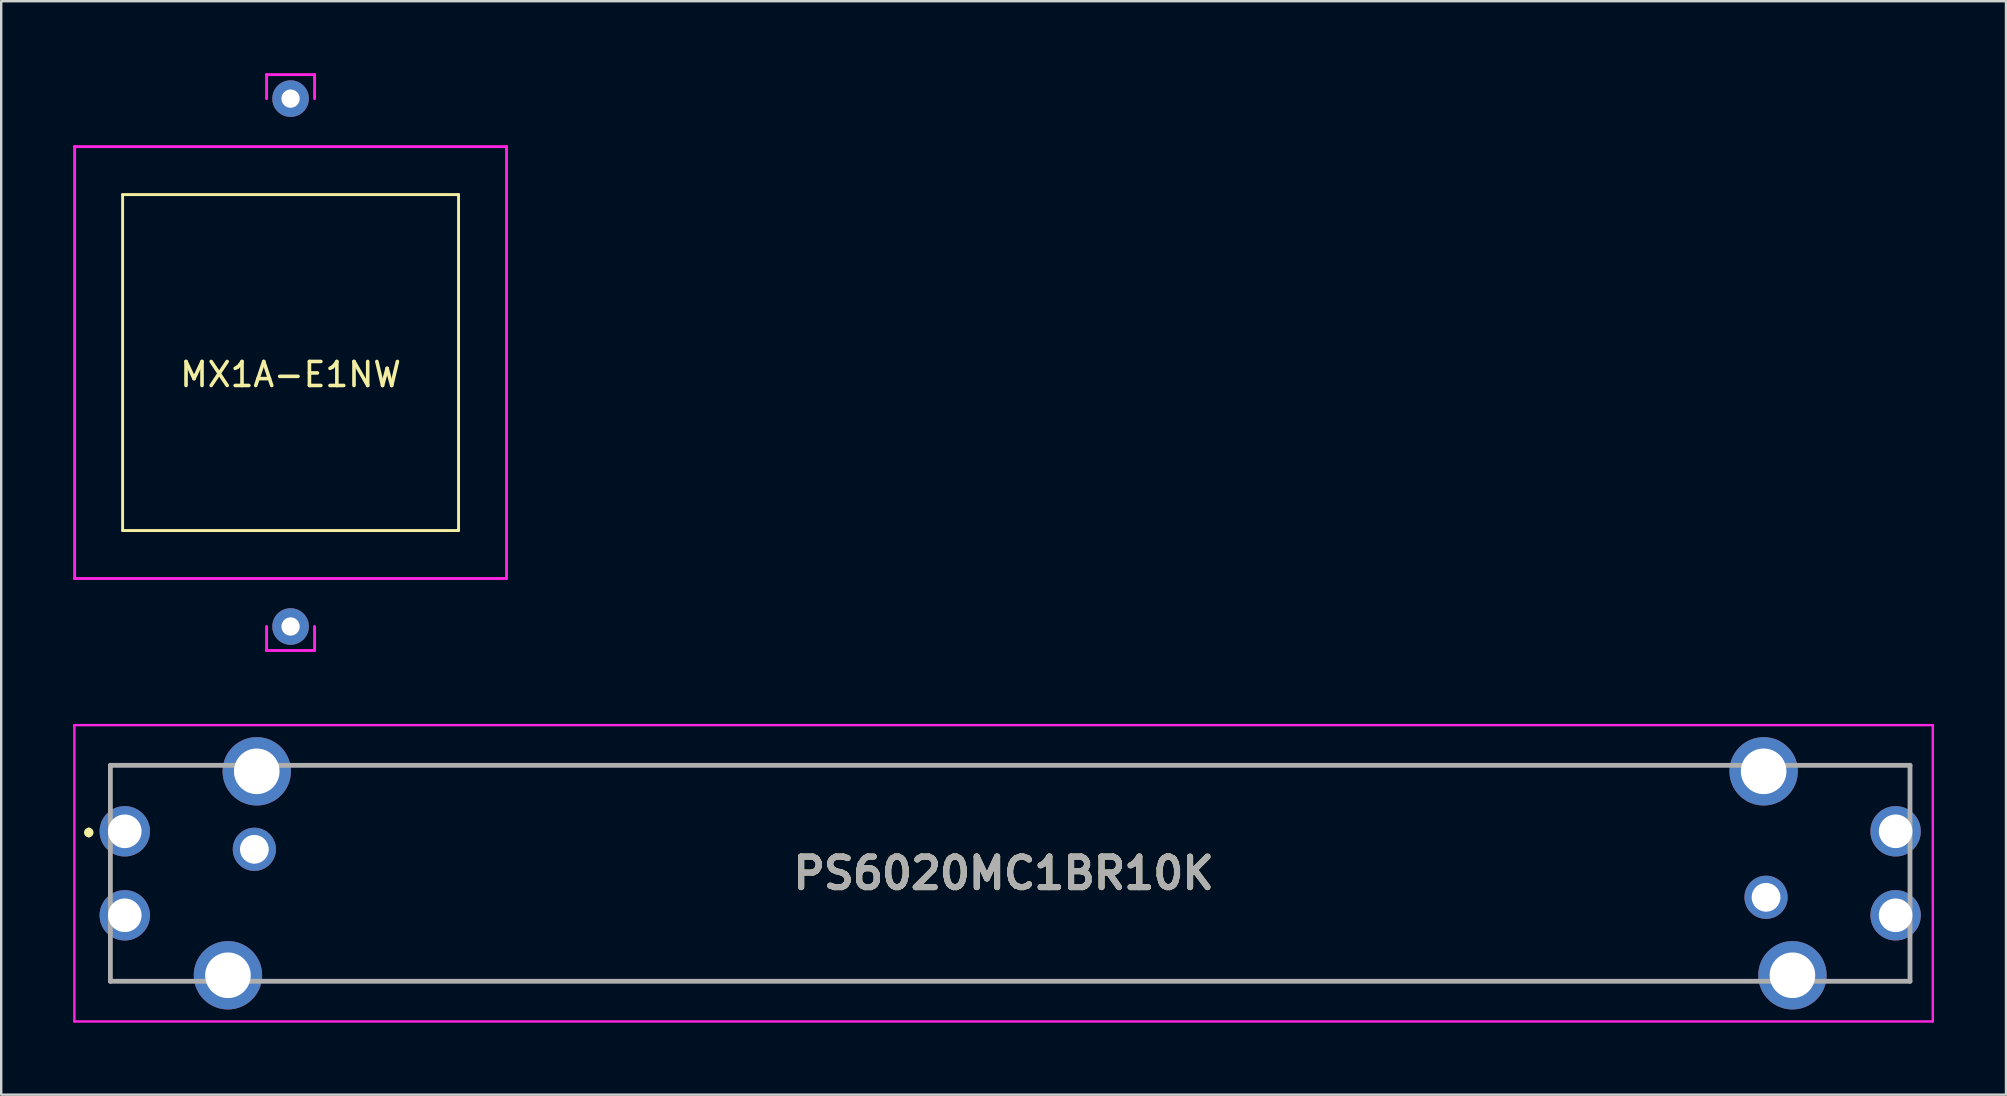
<source format=kicad_pcb>
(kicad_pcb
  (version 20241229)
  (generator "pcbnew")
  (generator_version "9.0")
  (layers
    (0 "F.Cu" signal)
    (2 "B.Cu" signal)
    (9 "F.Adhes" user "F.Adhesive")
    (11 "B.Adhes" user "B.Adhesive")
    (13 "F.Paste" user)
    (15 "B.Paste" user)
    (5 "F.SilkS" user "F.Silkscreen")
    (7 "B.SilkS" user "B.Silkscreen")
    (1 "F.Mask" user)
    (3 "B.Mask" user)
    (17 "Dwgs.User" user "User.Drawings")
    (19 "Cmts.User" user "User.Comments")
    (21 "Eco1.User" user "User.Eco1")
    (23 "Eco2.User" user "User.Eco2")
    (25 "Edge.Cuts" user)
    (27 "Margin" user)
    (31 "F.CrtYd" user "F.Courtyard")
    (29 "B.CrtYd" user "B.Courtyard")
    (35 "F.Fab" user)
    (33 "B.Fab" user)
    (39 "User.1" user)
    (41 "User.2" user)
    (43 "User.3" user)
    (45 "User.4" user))
  (footprint "PS6020MC1BR10K"
    (layer "F.Cu")
    (at 2.15 31.595)
    (property "Reference" "PS6020MC1BR10K" (at 36.625 1.75 180) (layer "F.SilkS") (effects (font (size 1.27 1.27) (thickness 0.254))))
    (attr through_hole)
    (fp_line (start -1.5 -0.05) (end -1.5 -0.05) (stroke (width 0.2) (type solid)) (layer "F.SilkS"))
    (fp_line (start -1.5 0.15) (end -1.5 0.15) (stroke (width 0.2) (type solid)) (layer "F.SilkS"))
    (fp_line (start -0.6 -2.75) (end -0.6 -1.75) (stroke (width 0.1) (type solid)) (layer "F.SilkS"))
    (fp_line (start -0.6 1.55) (end -0.6 1.95) (stroke (width 0.1) (type solid)) (layer "F.SilkS"))
    (fp_line (start -0.6 6.25) (end -0.6 5.25) (stroke (width 0.1) (type solid)) (layer "F.SilkS"))
    (fp_line (start 1.9 6.25) (end -0.6 6.25) (stroke (width 0.1) (type solid)) (layer "F.SilkS"))
    (fp_line (start 3.4 -2.75) (end -0.6 -2.75) (stroke (width 0.1) (type solid)) (layer "F.SilkS"))
    (fp_line (start 6.9 6.25) (end 66.9 6.25) (stroke (width 0.1) (type solid)) (layer "F.SilkS"))
    (fp_line (start 7.9 -2.75) (end 65.9 -2.75) (stroke (width 0.1) (type solid)) (layer "F.SilkS"))
    (fp_line (start 70.4 -2.75) (end 74.4 -2.75) (stroke (width 0.1) (type solid)) (layer "F.SilkS"))
    (fp_line (start 71.9 6.25) (end 74.4 6.25) (stroke (width 0.1) (type solid)) (layer "F.SilkS"))
    (fp_line (start 74.4 -2.75) (end 74.4 -1.75) (stroke (width 0.1) (type solid)) (layer "F.SilkS"))
    (fp_line (start 74.4 1.55) (end 74.4 1.95) (stroke (width 0.1) (type solid)) (layer "F.SilkS"))
    (fp_line (start 74.4 6.25) (end 74.4 5.25) (stroke (width 0.1) (type solid)) (layer "F.SilkS"))
    (fp_arc (start -1.5 -0.05) (mid -1.4 0.05) (end -1.5 0.15) (stroke (width 0.2) (type solid)) (layer "F.SilkS"))
    (fp_arc (start -1.5 0.15) (mid -1.6 0.05) (end -1.5 -0.05) (stroke (width 0.2) (type solid)) (layer "F.SilkS"))
    (fp_line (start -2.1 -4.425) (end 75.35 -4.425) (stroke (width 0.1) (type solid)) (layer "F.CrtYd"))
    (fp_line (start -2.1 7.925) (end -2.1 -4.425) (stroke (width 0.1) (type solid)) (layer "F.CrtYd"))
    (fp_line (start 75.35 -4.425) (end 75.35 7.925) (stroke (width 0.1) (type solid)) (layer "F.CrtYd"))
    (fp_line (start 75.35 7.925) (end -2.1 7.925) (stroke (width 0.1) (type solid)) (layer "F.CrtYd"))
    (fp_line (start -0.6 -2.75) (end 74.4 -2.75) (stroke (width 0.2) (type solid)) (layer "F.Fab"))
    (fp_line (start -0.6 6.25) (end -0.6 -2.75) (stroke (width 0.2) (type solid)) (layer "F.Fab"))
    (fp_line (start 74.4 -2.75) (end 74.4 6.25) (stroke (width 0.2) (type solid)) (layer "F.Fab"))
    (fp_line (start 74.4 6.25) (end -0.6 6.25) (stroke (width 0.2) (type solid)) (layer "F.Fab"))
    (fp_text user "${REFERENCE}" (at 36.625 1.75 180) (layer "F.Fab") (effects (font (size 1.27 1.27) (thickness 0.254))))
    (pad "A1" thru_hole circle (at 0 0) (size 2.1 2.1) (drill 1.4) (layers "*.Cu" "*.Mask"))
    (pad "A2" thru_hole circle (at 5.4 0.75) (size 1.8 1.8) (drill 1.2) (layers "*.Cu" "*.Mask"))
    (pad "A3" thru_hole circle (at 73.8 0) (size 2.1 2.1) (drill 1.4) (layers "*.Cu" "*.Mask"))
    (pad "B1" thru_hole circle (at 0 3.5) (size 2.1 2.1) (drill 1.4) (layers "*.Cu" "*.Mask"))
    (pad "B2" thru_hole circle (at 68.4 2.75) (size 1.8 1.8) (drill 1.2) (layers "*.Cu" "*.Mask"))
    (pad "B3" thru_hole circle (at 73.8 3.5) (size 2.1 2.1) (drill 1.4) (layers "*.Cu" "*.Mask"))
    (pad "MH1" thru_hole circle (at 5.5 -2.5) (size 2.85 2.85) (drill 1.9) (layers "*.Cu" "*.Mask"))
    (pad "MH2" thru_hole circle (at 68.3 -2.5) (size 2.85 2.85) (drill 1.9) (layers "*.Cu" "*.Mask"))
    (pad "MH3" thru_hole circle (at 4.3 6) (size 2.85 2.85) (drill 1.9) (layers "*.Cu" "*.Mask"))
    (pad "MH4" thru_hole circle (at 69.5 6) (size 2.85 2.85) (drill 1.9) (layers "*.Cu" "*.Mask")))
  (footprint "MX1A-E1NW"
    (layer "F.Cu")
    (at 9.06 12.06)
    (property "Reference" "MX1A-E1NW" (at 0 0.5 0) (layer "F.SilkS") (effects (font (size 1 1) (thickness 0.15))))
    (attr through_hole)
    (fp_line (start -7 -7) (end 7 -7) (stroke (width 0.12) (type solid)) (layer "F.SilkS"))
    (fp_line (start -7 7) (end -7 -7) (stroke (width 0.12) (type solid)) (layer "F.SilkS"))
    (fp_line (start 7 -7) (end 7 7) (stroke (width 0.12) (type solid)) (layer "F.SilkS"))
    (fp_line (start 7 7) (end -7 7) (stroke (width 0.12) (type solid)) (layer "F.SilkS"))
    (fp_line (start -9 -9) (end -9 9) (stroke (width 0.12) (type solid)) (layer "F.CrtYd"))
    (fp_line (start -9 9) (end 9 9) (stroke (width 0.12) (type solid)) (layer "F.CrtYd"))
    (fp_line (start -1 -12) (end 1 -12) (stroke (width 0.12) (type solid)) (layer "F.CrtYd"))
    (fp_line (start -1 -11) (end -1 -12) (stroke (width 0.12) (type solid)) (layer "F.CrtYd"))
    (fp_line (start -1 12) (end -1 11) (stroke (width 0.12) (type solid)) (layer "F.CrtYd"))
    (fp_line (start 1 -12) (end 1 -11) (stroke (width 0.12) (type solid)) (layer "F.CrtYd"))
    (fp_line (start 1 11) (end 1 12) (stroke (width 0.12) (type solid)) (layer "F.CrtYd"))
    (fp_line (start 1 12) (end -1 12) (stroke (width 0.12) (type solid)) (layer "F.CrtYd"))
    (fp_line (start 9 -9) (end -9 -9) (stroke (width 0.12) (type solid)) (layer "F.CrtYd"))
    (fp_line (start 9 9) (end 9 -9) (stroke (width 0.12) (type solid)) (layer "F.CrtYd"))
    (pad "1" thru_hole circle (at 0 -11) (size 1.524 1.524) (drill 0.762) (layers "*.Cu" "*.Mask"))
    (pad "2" thru_hole circle (at 0 11) (size 1.524 1.524) (drill 0.762) (layers "*.Cu" "*.Mask")))
  (gr_rect
    (start -3 -3)
    (end 80.55 42.57)
    (stroke (width 0.1) (type default))
    (fill no)
    (layer "Edge.Cuts")))
</source>
